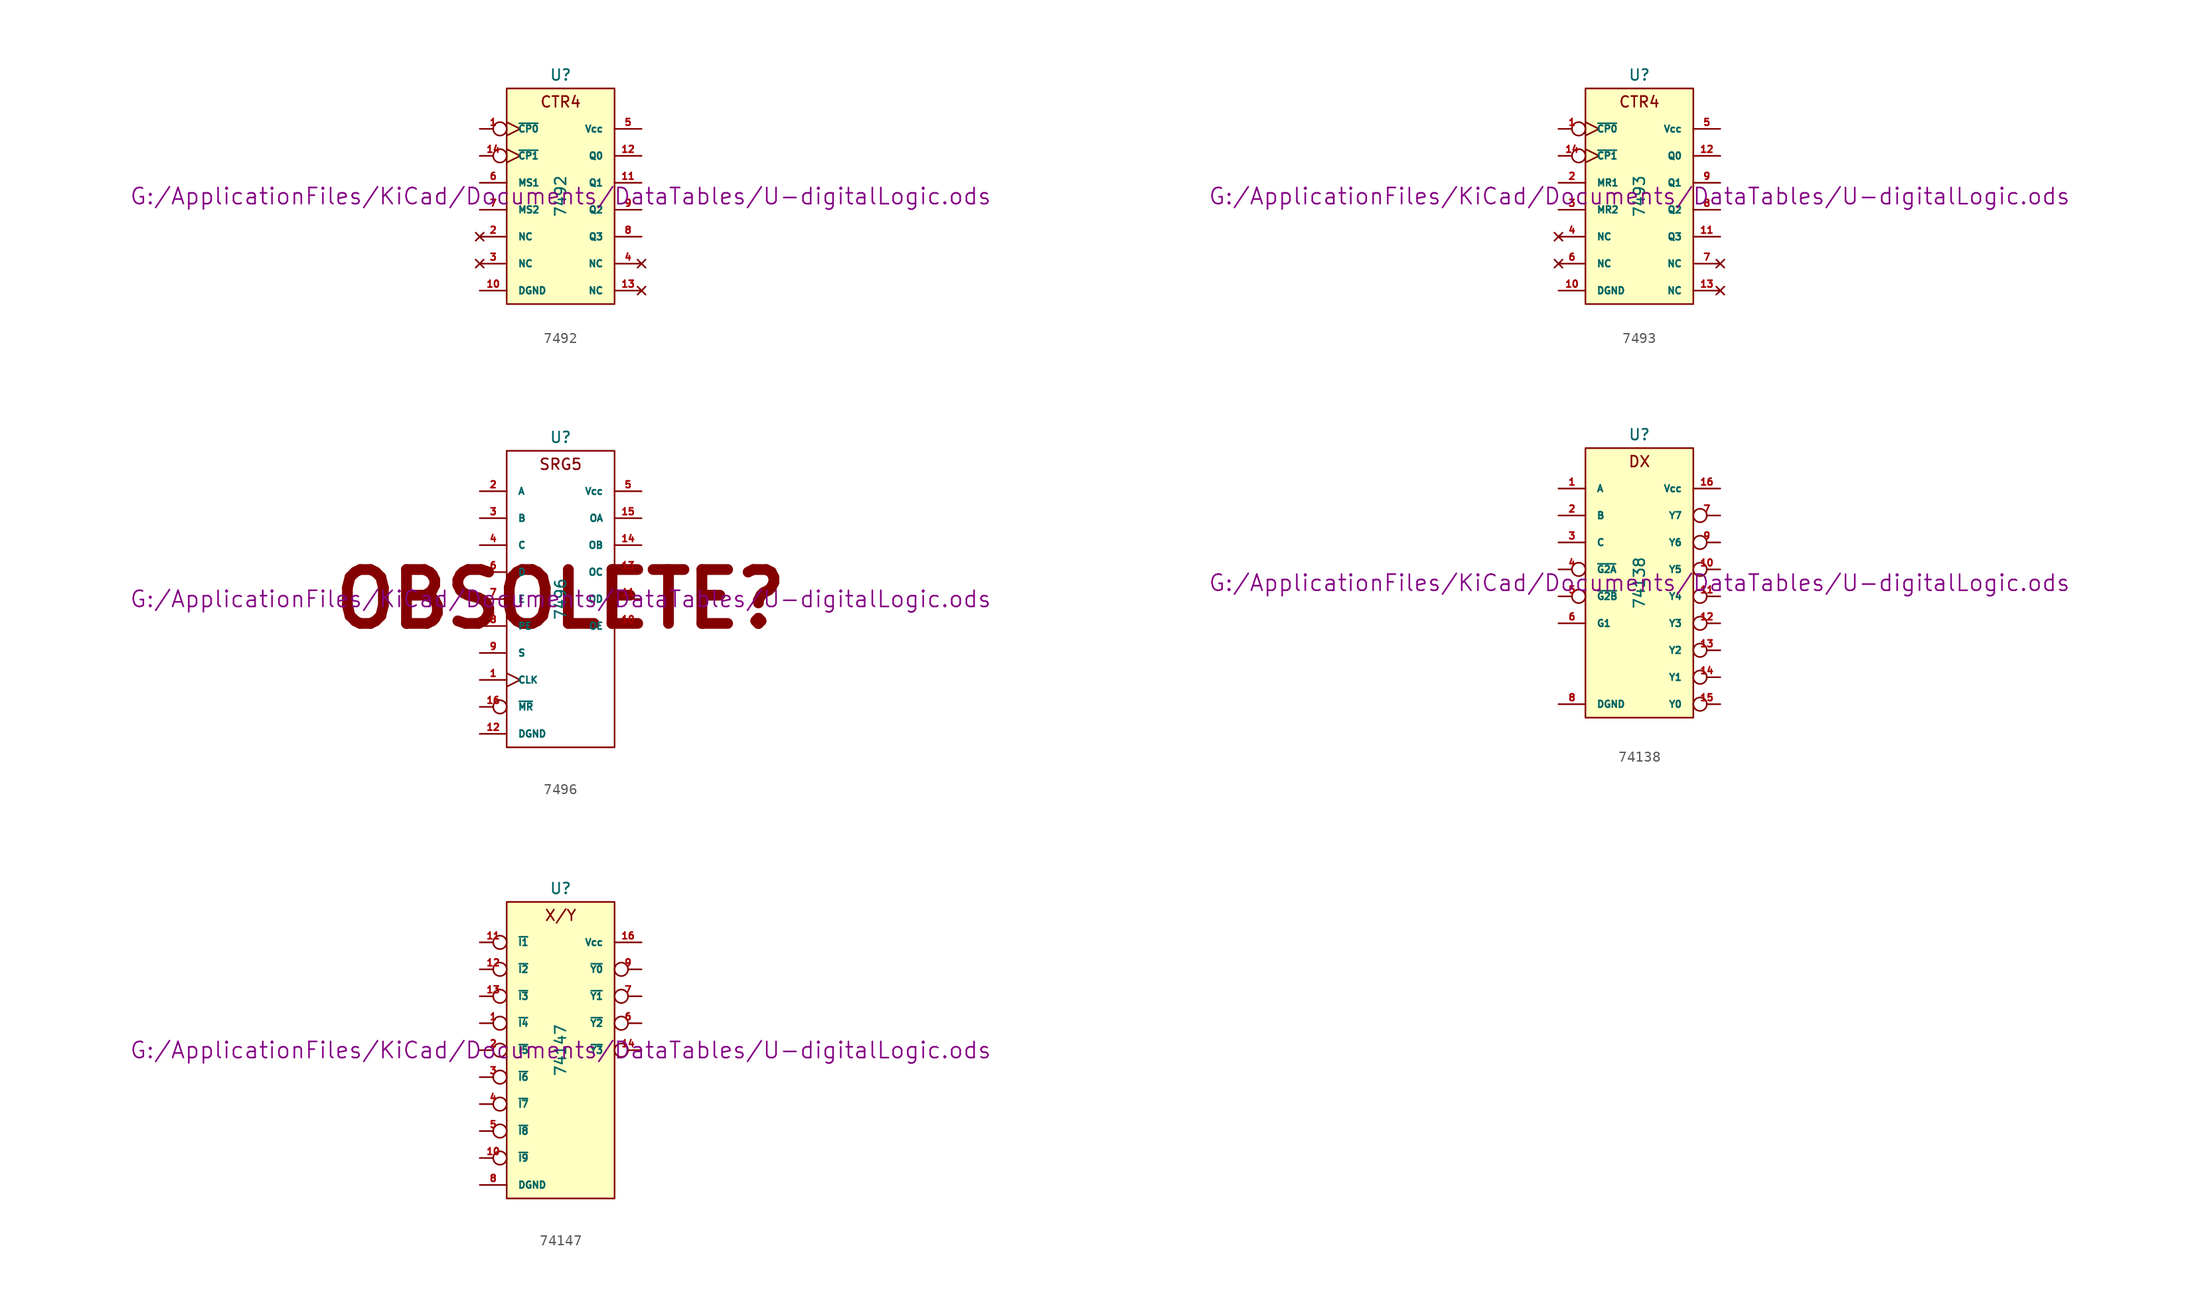
<source format=kicad_sym>
(kicad_symbol_lib
  (version 20211014)
  (generator kicad_symbol_editor)
  (symbol "7492"
    (pin_names
      (offset 1.016))
    (property "Reference" "U"
      (at 0 11.43 0)
      (effects (font (size 1.016 1.016))))
    (property "Value" "7492"
      (at 0 0 90)
      (effects (font (size 1.016 1.016))))
    (property "Footprint" ""
      (at 0 0 0)
      (effects (font (size 1.524 1.524))))
    (property "Datasheet" "G:/ApplicationFiles/KiCad/Documents/DataTables/U-digitalLogic.ods"
      (at 0 0 0)
      (effects (font (size 1.524 1.524))))
    (symbol "7492_0_0"
      (text "CTR4" (at 0 8.89 0) (effects (font (size 1.016 1.016)))))
    (symbol "7492_0_1"
      (rectangle (start -5.08 10.16) (end 5.08 -10.16) (stroke (width 0) (type default) (color 0 0 0 0)) (fill (type background))))
    (symbol "7492_1_1"
      (pin input inverted_clock (at -7.62 6.35 0) (length 2.54) (name "~{CP0}" (effects (font (size 0.635 0.635)))) (number "1" (effects (font (size 0.635 0.635)))))
      (pin power_in line (at -7.62 -8.89 0) (length 2.54) (name "DGND" (effects (font (size 0.635 0.635)))) (number "10" (effects (font (size 0.635 0.635)))))
      (pin output line (at 7.62 1.27 180) (length 2.54) (name "Q1" (effects (font (size 0.635 0.635)))) (number "11" (effects (font (size 0.635 0.635)))))
      (pin output line (at 7.62 3.81 180) (length 2.54) (name "Q0" (effects (font (size 0.635 0.635)))) (number "12" (effects (font (size 0.635 0.635)))))
      (pin no_connect line (at 7.62 -8.89 180) (length 2.54) (name "NC" (effects (font (size 0.635 0.635)))) (number "13" (effects (font (size 0.635 0.635)))))
      (pin input inverted_clock (at -7.62 3.81 0) (length 2.54) (name "~{CP1}" (effects (font (size 0.635 0.635)))) (number "14" (effects (font (size 0.635 0.635)))))
      (pin no_connect line (at -7.62 -3.81 0) (length 2.54) (name "NC" (effects (font (size 0.635 0.635)))) (number "2" (effects (font (size 0.635 0.635)))))
      (pin no_connect line (at -7.62 -6.35 0) (length 2.54) (name "NC" (effects (font (size 0.635 0.635)))) (number "3" (effects (font (size 0.635 0.635)))))
      (pin no_connect line (at 7.62 -6.35 180) (length 2.54) (name "NC" (effects (font (size 0.635 0.635)))) (number "4" (effects (font (size 0.635 0.635)))))
      (pin power_in line (at 7.62 6.35 180) (length 2.54) (name "Vcc" (effects (font (size 0.635 0.635)))) (number "5" (effects (font (size 0.635 0.635)))))
      (pin input line (at -7.62 1.27 0) (length 2.54) (name "MS1" (effects (font (size 0.635 0.635)))) (number "6" (effects (font (size 0.635 0.635)))))
      (pin input line (at -7.62 -1.27 0) (length 2.54) (name "MS2" (effects (font (size 0.635 0.635)))) (number "7" (effects (font (size 0.635 0.635)))))
      (pin output line (at 7.62 -3.81 180) (length 2.54) (name "Q3" (effects (font (size 0.635 0.635)))) (number "8" (effects (font (size 0.635 0.635)))))
      (pin output line (at 7.62 -1.27 180) (length 2.54) (name "Q2" (effects (font (size 0.635 0.635)))) (number "9" (effects (font (size 0.635 0.635)))))))
  (symbol "7493"
    (pin_names
      (offset 1.016))
    (property "Reference" "U"
      (at 0 11.43 0)
      (effects (font (size 1.016 1.016))))
    (property "Value" "7493"
      (at 0 0 90)
      (effects (font (size 1.016 1.016))))
    (property "Footprint" ""
      (at 0 0 0)
      (effects (font (size 1.524 1.524))))
    (property "Datasheet" "G:/ApplicationFiles/KiCad/Documents/DataTables/U-digitalLogic.ods"
      (at 0 0 0)
      (effects (font (size 1.524 1.524))))
    (symbol "7493_0_0"
      (text "CTR4" (at 0 8.89 0) (effects (font (size 1.016 1.016)))))
    (symbol "7493_0_1"
      (rectangle (start -5.08 10.16) (end 5.08 -10.16) (stroke (width 0) (type default) (color 0 0 0 0)) (fill (type background))))
    (symbol "7493_1_1"
      (pin input inverted_clock (at -7.62 6.35 0) (length 2.54) (name "~{CP0}" (effects (font (size 0.635 0.635)))) (number "1" (effects (font (size 0.635 0.635)))))
      (pin power_in line (at -7.62 -8.89 0) (length 2.54) (name "DGND" (effects (font (size 0.635 0.635)))) (number "10" (effects (font (size 0.635 0.635)))))
      (pin output line (at 7.62 -3.81 180) (length 2.54) (name "Q3" (effects (font (size 0.635 0.635)))) (number "11" (effects (font (size 0.635 0.635)))))
      (pin output line (at 7.62 3.81 180) (length 2.54) (name "Q0" (effects (font (size 0.635 0.635)))) (number "12" (effects (font (size 0.635 0.635)))))
      (pin no_connect line (at 7.62 -8.89 180) (length 2.54) (name "NC" (effects (font (size 0.635 0.635)))) (number "13" (effects (font (size 0.635 0.635)))))
      (pin input inverted_clock (at -7.62 3.81 0) (length 2.54) (name "~{CP1}" (effects (font (size 0.635 0.635)))) (number "14" (effects (font (size 0.635 0.635)))))
      (pin input line (at -7.62 1.27 0) (length 2.54) (name "MR1" (effects (font (size 0.635 0.635)))) (number "2" (effects (font (size 0.635 0.635)))))
      (pin input line (at -7.62 -1.27 0) (length 2.54) (name "MR2" (effects (font (size 0.635 0.635)))) (number "3" (effects (font (size 0.635 0.635)))))
      (pin no_connect line (at -7.62 -3.81 0) (length 2.54) (name "NC" (effects (font (size 0.635 0.635)))) (number "4" (effects (font (size 0.635 0.635)))))
      (pin power_in line (at 7.62 6.35 180) (length 2.54) (name "Vcc" (effects (font (size 0.635 0.635)))) (number "5" (effects (font (size 0.635 0.635)))))
      (pin no_connect line (at -7.62 -6.35 0) (length 2.54) (name "NC" (effects (font (size 0.635 0.635)))) (number "6" (effects (font (size 0.635 0.635)))))
      (pin no_connect line (at 7.62 -6.35 180) (length 2.54) (name "NC" (effects (font (size 0.635 0.635)))) (number "7" (effects (font (size 0.635 0.635)))))
      (pin output line (at 7.62 -1.27 180) (length 2.54) (name "Q2" (effects (font (size 0.635 0.635)))) (number "8" (effects (font (size 0.635 0.635)))))
      (pin output line (at 7.62 1.27 180) (length 2.54) (name "Q1" (effects (font (size 0.635 0.635)))) (number "9" (effects (font (size 0.635 0.635)))))))
  (symbol "7496"
    (pin_names
      (offset 1.016))
    (property "Reference" "U"
      (at 0 15.24 0)
      (effects (font (size 1.016 1.016))))
    (property "Value" "7496"
      (at 0 0 90)
      (effects (font (size 1.016 1.016))))
    (property "Footprint" ""
      (at 0 0 0)
      (effects (font (size 1.524 1.524))))
    (property "Datasheet" "G:/ApplicationFiles/KiCad/Documents/DataTables/U-digitalLogic.ods"
      (at 0 0 0)
      (effects (font (size 1.524 1.524))))
    (symbol "7496_0_0"
      (text "OBSOLETE?" (at 0 0 0) (effects (font (size 5.08 5.08) bold)))
      (text "SRG5" (at 0 12.7 0) (effects (font (size 1.016 1.016)))))
    (symbol "7496_0_1"
      (rectangle (start -5.08 13.97) (end 5.08 -13.97) (stroke (width 0) (type default) (color 0 0 0 0)) (fill (type none))))
    (symbol "7496_1_1"
      (pin input clock (at -7.62 -7.62 0) (length 2.54) (name "CLK" (effects (font (size 0.635 0.635)))) (number "1" (effects (font (size 0.635 0.635)))))
      (pin output line (at 7.62 -2.54 180) (length 2.54) (name "OE" (effects (font (size 0.635 0.635)))) (number "10" (effects (font (size 0.635 0.635)))))
      (pin output line (at 7.62 0 180) (length 2.54) (name "OD" (effects (font (size 0.635 0.635)))) (number "11" (effects (font (size 0.635 0.635)))))
      (pin power_in line (at -7.62 -12.7 0) (length 2.54) (name "DGND" (effects (font (size 0.635 0.635)))) (number "12" (effects (font (size 0.635 0.635)))))
      (pin output line (at 7.62 2.54 180) (length 2.54) (name "OC" (effects (font (size 0.635 0.635)))) (number "13" (effects (font (size 0.635 0.635)))))
      (pin output line (at 7.62 5.08 180) (length 2.54) (name "OB" (effects (font (size 0.635 0.635)))) (number "14" (effects (font (size 0.635 0.635)))))
      (pin output line (at 7.62 7.62 180) (length 2.54) (name "OA" (effects (font (size 0.635 0.635)))) (number "15" (effects (font (size 0.635 0.635)))))
      (pin input inverted (at -7.62 -10.16 0) (length 2.54) (name "~{MR}" (effects (font (size 0.635 0.635)))) (number "16" (effects (font (size 0.635 0.635)))))
      (pin input line (at -7.62 10.16 0) (length 2.54) (name "A" (effects (font (size 0.635 0.635)))) (number "2" (effects (font (size 0.635 0.635)))))
      (pin input line (at -7.62 7.62 0) (length 2.54) (name "B" (effects (font (size 0.635 0.635)))) (number "3" (effects (font (size 0.635 0.635)))))
      (pin input line (at -7.62 5.08 0) (length 2.54) (name "C" (effects (font (size 0.635 0.635)))) (number "4" (effects (font (size 0.635 0.635)))))
      (pin power_in line (at 7.62 10.16 180) (length 2.54) (name "Vcc" (effects (font (size 0.635 0.635)))) (number "5" (effects (font (size 0.635 0.635)))))
      (pin input line (at -7.62 2.54 0) (length 2.54) (name "D" (effects (font (size 0.635 0.635)))) (number "6" (effects (font (size 0.635 0.635)))))
      (pin input line (at -7.62 0 0) (length 2.54) (name "E" (effects (font (size 0.635 0.635)))) (number "7" (effects (font (size 0.635 0.635)))))
      (pin input line (at -7.62 -2.54 0) (length 2.54) (name "PE" (effects (font (size 0.635 0.635)))) (number "8" (effects (font (size 0.635 0.635)))))
      (pin input line (at -7.62 -5.08 0) (length 2.54) (name "S" (effects (font (size 0.635 0.635)))) (number "9" (effects (font (size 0.635 0.635)))))))
  (symbol "74138"
    (pin_names
      (offset 1.016))
    (property "Reference" "U"
      (at 0 13.97 0)
      (effects (font (size 1.016 1.016))))
    (property "Value" "74138"
      (at 0 0 90)
      (effects (font (size 1.016 1.016))))
    (property "Footprint" ""
      (at 0 0 0)
      (effects (font (size 1.524 1.524))))
    (property "Datasheet" "G:/ApplicationFiles/KiCad/Documents/DataTables/U-digitalLogic.ods"
      (at 0 0 0)
      (effects (font (size 1.524 1.524))))
    (symbol "74138_0_0"
      (text "DX" (at 0 11.43 0) (effects (font (size 1.016 1.016)))))
    (symbol "74138_0_1"
      (rectangle (start -5.08 12.7) (end 5.08 -12.7) (stroke (width 0) (type default) (color 0 0 0 0)) (fill (type background))))
    (symbol "74138_1_1"
      (pin input line (at -7.62 8.89 0) (length 2.54) (name "A" (effects (font (size 0.635 0.635)))) (number "1" (effects (font (size 0.635 0.635)))))
      (pin output inverted (at 7.62 1.27 180) (length 2.54) (name "Y5" (effects (font (size 0.635 0.635)))) (number "10" (effects (font (size 0.635 0.635)))))
      (pin output inverted (at 7.62 -1.27 180) (length 2.54) (name "Y4" (effects (font (size 0.635 0.635)))) (number "11" (effects (font (size 0.635 0.635)))))
      (pin output inverted (at 7.62 -3.81 180) (length 2.54) (name "Y3" (effects (font (size 0.635 0.635)))) (number "12" (effects (font (size 0.635 0.635)))))
      (pin output inverted (at 7.62 -6.35 180) (length 2.54) (name "Y2" (effects (font (size 0.635 0.635)))) (number "13" (effects (font (size 0.635 0.635)))))
      (pin output inverted (at 7.62 -8.89 180) (length 2.54) (name "Y1" (effects (font (size 0.635 0.635)))) (number "14" (effects (font (size 0.635 0.635)))))
      (pin output inverted (at 7.62 -11.43 180) (length 2.54) (name "Y0" (effects (font (size 0.635 0.635)))) (number "15" (effects (font (size 0.635 0.635)))))
      (pin power_in line (at 7.62 8.89 180) (length 2.54) (name "Vcc" (effects (font (size 0.635 0.635)))) (number "16" (effects (font (size 0.635 0.635)))))
      (pin input line (at -7.62 6.35 0) (length 2.54) (name "B" (effects (font (size 0.635 0.635)))) (number "2" (effects (font (size 0.635 0.635)))))
      (pin input line (at -7.62 3.81 0) (length 2.54) (name "C" (effects (font (size 0.635 0.635)))) (number "3" (effects (font (size 0.635 0.635)))))
      (pin input inverted (at -7.62 1.27 0) (length 2.54) (name "~{G2A}" (effects (font (size 0.635 0.635)))) (number "4" (effects (font (size 0.635 0.635)))))
      (pin input inverted (at -7.62 -1.27 0) (length 2.54) (name "~{G2B}" (effects (font (size 0.635 0.635)))) (number "5" (effects (font (size 0.635 0.635)))))
      (pin input line (at -7.62 -3.81 0) (length 2.54) (name "G1" (effects (font (size 0.635 0.635)))) (number "6" (effects (font (size 0.635 0.635)))))
      (pin output inverted (at 7.62 6.35 180) (length 2.54) (name "Y7" (effects (font (size 0.635 0.635)))) (number "7" (effects (font (size 0.635 0.635)))))
      (pin power_in line (at -7.62 -11.43 0) (length 2.54) (name "DGND" (effects (font (size 0.635 0.635)))) (number "8" (effects (font (size 0.635 0.635)))))
      (pin output inverted (at 7.62 3.81 180) (length 2.54) (name "Y6" (effects (font (size 0.635 0.635)))) (number "9" (effects (font (size 0.635 0.635)))))))
  (symbol "74147"
    (pin_names
      (offset 1.016))
    (property "Reference" "U"
      (at 0 15.24 0)
      (effects (font (size 1.016 1.016))))
    (property "Value" "74147"
      (at 0 0 90)
      (effects (font (size 1.016 1.016))))
    (property "Footprint" ""
      (at 0 0 0)
      (effects (font (size 1.524 1.524))))
    (property "Datasheet" "G:/ApplicationFiles/KiCad/Documents/DataTables/U-digitalLogic.ods"
      (at 0 0 0)
      (effects (font (size 1.524 1.524))))
    (symbol "74147_0_0"
      (text "X/Y" (at 0 12.7 0) (effects (font (size 1.016 1.016)))))
    (symbol "74147_0_1"
      (rectangle (start -5.08 13.97) (end 5.08 -13.97) (stroke (width 0) (type default) (color 0 0 0 0)) (fill (type background))))
    (symbol "74147_1_1"
      (pin input inverted (at -7.62 2.54 0) (length 2.54) (name "~{I4}" (effects (font (size 0.635 0.635)))) (number "1" (effects (font (size 0.635 0.635)))))
      (pin input inverted (at -7.62 -10.16 0) (length 2.54) (name "~{I9}" (effects (font (size 0.635 0.635)))) (number "10" (effects (font (size 0.635 0.635)))))
      (pin input inverted (at -7.62 10.16 0) (length 2.54) (name "~{I1}" (effects (font (size 0.635 0.635)))) (number "11" (effects (font (size 0.635 0.635)))))
      (pin input inverted (at -7.62 7.62 0) (length 2.54) (name "~{I2}" (effects (font (size 0.635 0.635)))) (number "12" (effects (font (size 0.635 0.635)))))
      (pin input inverted (at -7.62 5.08 0) (length 2.54) (name "~{I3}" (effects (font (size 0.635 0.635)))) (number "13" (effects (font (size 0.635 0.635)))))
      (pin output inverted (at 7.62 0 180) (length 2.54) (name "~{Y3}" (effects (font (size 0.635 0.635)))) (number "14" (effects (font (size 0.635 0.635)))))
      (pin power_in line (at 7.62 10.16 180) (length 2.54) (name "Vcc" (effects (font (size 0.635 0.635)))) (number "16" (effects (font (size 0.635 0.635)))))
      (pin input inverted (at -7.62 0 0) (length 2.54) (name "~{I5}" (effects (font (size 0.635 0.635)))) (number "2" (effects (font (size 0.635 0.635)))))
      (pin input inverted (at -7.62 -2.54 0) (length 2.54) (name "~{I6}" (effects (font (size 0.635 0.635)))) (number "3" (effects (font (size 0.635 0.635)))))
      (pin input inverted (at -7.62 -5.08 0) (length 2.54) (name "~{I7}" (effects (font (size 0.635 0.635)))) (number "4" (effects (font (size 0.635 0.635)))))
      (pin input inverted (at -7.62 -7.62 0) (length 2.54) (name "~{I8}" (effects (font (size 0.635 0.635)))) (number "5" (effects (font (size 0.635 0.635)))))
      (pin output inverted (at 7.62 2.54 180) (length 2.54) (name "~{Y2}" (effects (font (size 0.635 0.635)))) (number "6" (effects (font (size 0.635 0.635)))))
      (pin output inverted (at 7.62 5.08 180) (length 2.54) (name "~{Y1}" (effects (font (size 0.635 0.635)))) (number "7" (effects (font (size 0.635 0.635)))))
      (pin power_in line (at -7.62 -12.7 0) (length 2.54) (name "DGND" (effects (font (size 0.635 0.635)))) (number "8" (effects (font (size 0.635 0.635)))))
      (pin output inverted (at 7.62 7.62 180) (length 2.54) (name "~{Y0}" (effects (font (size 0.635 0.635)))) (number "9" (effects (font (size 0.635 0.635))))))))
</source>
